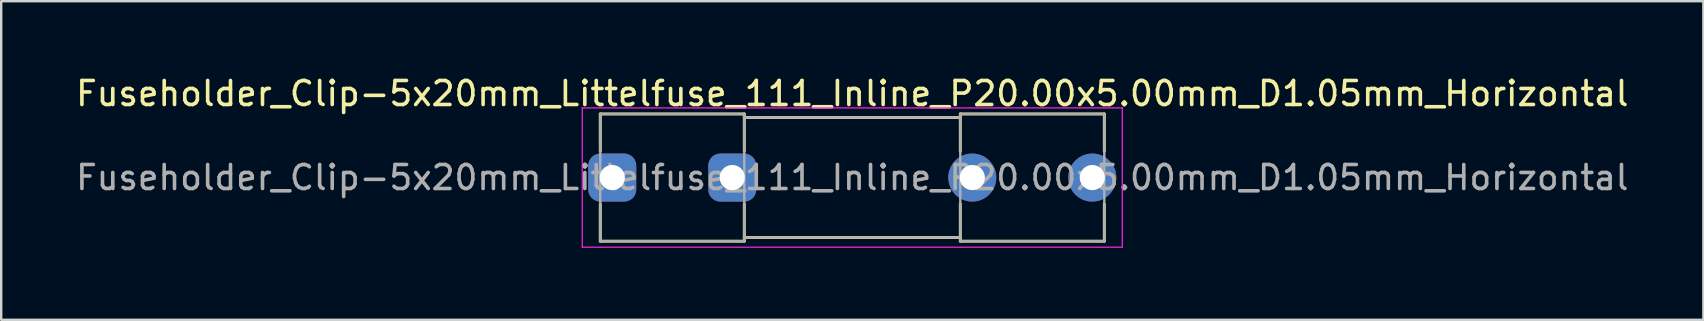
<source format=kicad_pcb>
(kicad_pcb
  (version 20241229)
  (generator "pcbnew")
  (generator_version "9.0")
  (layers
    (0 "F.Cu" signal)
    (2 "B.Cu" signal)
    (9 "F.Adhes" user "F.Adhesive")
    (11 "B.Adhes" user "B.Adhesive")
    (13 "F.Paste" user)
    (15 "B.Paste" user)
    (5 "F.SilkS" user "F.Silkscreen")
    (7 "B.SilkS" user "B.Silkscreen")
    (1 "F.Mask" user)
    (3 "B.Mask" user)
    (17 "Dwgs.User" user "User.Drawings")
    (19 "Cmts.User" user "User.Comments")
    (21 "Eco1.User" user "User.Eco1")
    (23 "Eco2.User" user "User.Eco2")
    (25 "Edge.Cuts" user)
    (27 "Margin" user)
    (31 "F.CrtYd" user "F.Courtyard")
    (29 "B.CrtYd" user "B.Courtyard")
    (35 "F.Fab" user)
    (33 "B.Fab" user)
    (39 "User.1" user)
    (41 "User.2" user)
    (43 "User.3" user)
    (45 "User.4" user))
  (footprint "Fuseholder_Clip-5x20mm_Littelfuse_111_Inline_P20.00x5.00mm_D1.05mm_Horizontal"
    (layer "F.Cu")
    (at 22.458 4.348)
    (property "Reference" "Fuseholder_Clip-5x20mm_Littelfuse_111_Inline_P20.00x5.00mm_D1.05mm_Horizontal" (at 10 -3.5 0) (layer "F.SilkS") (effects (font (size 1 1) (thickness 0.15))))
    (attr through_hole)
    (fp_line (start -0.5 -2.65) (end -0.5 -1.1) (stroke (width 0.12) (type solid)) (layer "F.SilkS"))
    (fp_line (start -0.5 2.65) (end -0.5 1.1) (stroke (width 0.12) (type solid)) (layer "F.SilkS"))
    (fp_line (start 5.5 -2.65) (end -0.5 -2.65) (stroke (width 0.12) (type solid)) (layer "F.SilkS"))
    (fp_line (start 5.5 -2.65) (end 5.5 -1.1) (stroke (width 0.12) (type solid)) (layer "F.SilkS"))
    (fp_line (start 5.5 2.65) (end -0.5 2.65) (stroke (width 0.12) (type solid)) (layer "F.SilkS"))
    (fp_line (start 5.5 2.65) (end 5.5 1.1) (stroke (width 0.12) (type solid)) (layer "F.SilkS"))
    (fp_line (start 14.5 -2.65) (end 14.5 -1.1) (stroke (width 0.12) (type solid)) (layer "F.SilkS"))
    (fp_line (start 14.5 -2.5) (end 5.5 -2.5) (stroke (width 0.12) (type solid)) (layer "F.SilkS"))
    (fp_line (start 14.5 2.5) (end 5.5 2.5) (stroke (width 0.12) (type solid)) (layer "F.SilkS"))
    (fp_line (start 14.5 2.65) (end 14.5 1.1) (stroke (width 0.12) (type solid)) (layer "F.SilkS"))
    (fp_line (start 14.5 2.65) (end 20.5 2.65) (stroke (width 0.12) (type solid)) (layer "F.SilkS"))
    (fp_line (start 20.5 -2.65) (end 14.5 -2.65) (stroke (width 0.12) (type solid)) (layer "F.SilkS"))
    (fp_line (start 20.5 -1.1) (end 20.5 -2.65) (stroke (width 0.12) (type solid)) (layer "F.SilkS"))
    (fp_line (start 20.5 1.1) (end 20.5 2.65) (stroke (width 0.12) (type solid)) (layer "F.SilkS"))
    (fp_line (start -1.25 -2.9) (end -1.25 2.9) (stroke (width 0.05) (type solid)) (layer "F.CrtYd"))
    (fp_line (start -1.25 -2.9) (end 21.25 -2.9) (stroke (width 0.05) (type solid)) (layer "F.CrtYd"))
    (fp_line (start 21.25 2.9) (end -1.25 2.9) (stroke (width 0.05) (type solid)) (layer "F.CrtYd"))
    (fp_line (start 21.25 2.9) (end 21.25 -2.9) (stroke (width 0.05) (type solid)) (layer "F.CrtYd"))
    (fp_line (start -0.5 -2.65) (end 5.5 -2.65) (stroke (width 0.1) (type solid)) (layer "F.Fab"))
    (fp_line (start -0.5 2.65) (end -0.5 -2.65) (stroke (width 0.1) (type solid)) (layer "F.Fab"))
    (fp_line (start 5.5 -2.65) (end 5.5 2.65) (stroke (width 0.1) (type solid)) (layer "F.Fab"))
    (fp_line (start 5.5 -2.5) (end 14.5 -2.5) (stroke (width 0.1) (type solid)) (layer "F.Fab"))
    (fp_line (start 5.5 2.65) (end -0.5 2.65) (stroke (width 0.1) (type solid)) (layer "F.Fab"))
    (fp_line (start 14.5 -2.65) (end 14.5 2.65) (stroke (width 0.1) (type solid)) (layer "F.Fab"))
    (fp_line (start 14.5 2.5) (end 5.5 2.5) (stroke (width 0.1) (type solid)) (layer "F.Fab"))
    (fp_line (start 14.5 2.65) (end 20.5 2.65) (stroke (width 0.1) (type solid)) (layer "F.Fab"))
    (fp_line (start 20.5 -2.65) (end 14.5 -2.65) (stroke (width 0.1) (type solid)) (layer "F.Fab"))
    (fp_line (start 20.5 2.65) (end 20.5 -2.65) (stroke (width 0.1) (type solid)) (layer "F.Fab"))
    (fp_text user "${REFERENCE}" (at 10 0 0) (layer "F.Fab") (effects (font (size 1 1) (thickness 0.15))))
    (pad "1" thru_hole roundrect (at 0 0) (size 2 2) (drill 1.05) (layers "*.Cu" "*.Mask") (roundrect_rratio 0.25))
    (pad "1" thru_hole roundrect (at 5 0) (size 2 2) (drill 1.05) (layers "*.Cu" "*.Mask") (roundrect_rratio 0.25))
    (pad "2" thru_hole circle (at 15 0) (size 2 2) (drill 1.05) (layers "*.Cu" "*.Mask"))
    (pad "2" thru_hole circle (at 20 0) (size 2 2) (drill 1.05) (layers "*.Cu" "*.Mask")))
  (gr_rect
    (start -3 -3)
    (end 67.917 10.273)
    (stroke (width 0.1) (type default))
    (fill no)
    (layer "Edge.Cuts")))
</source>
